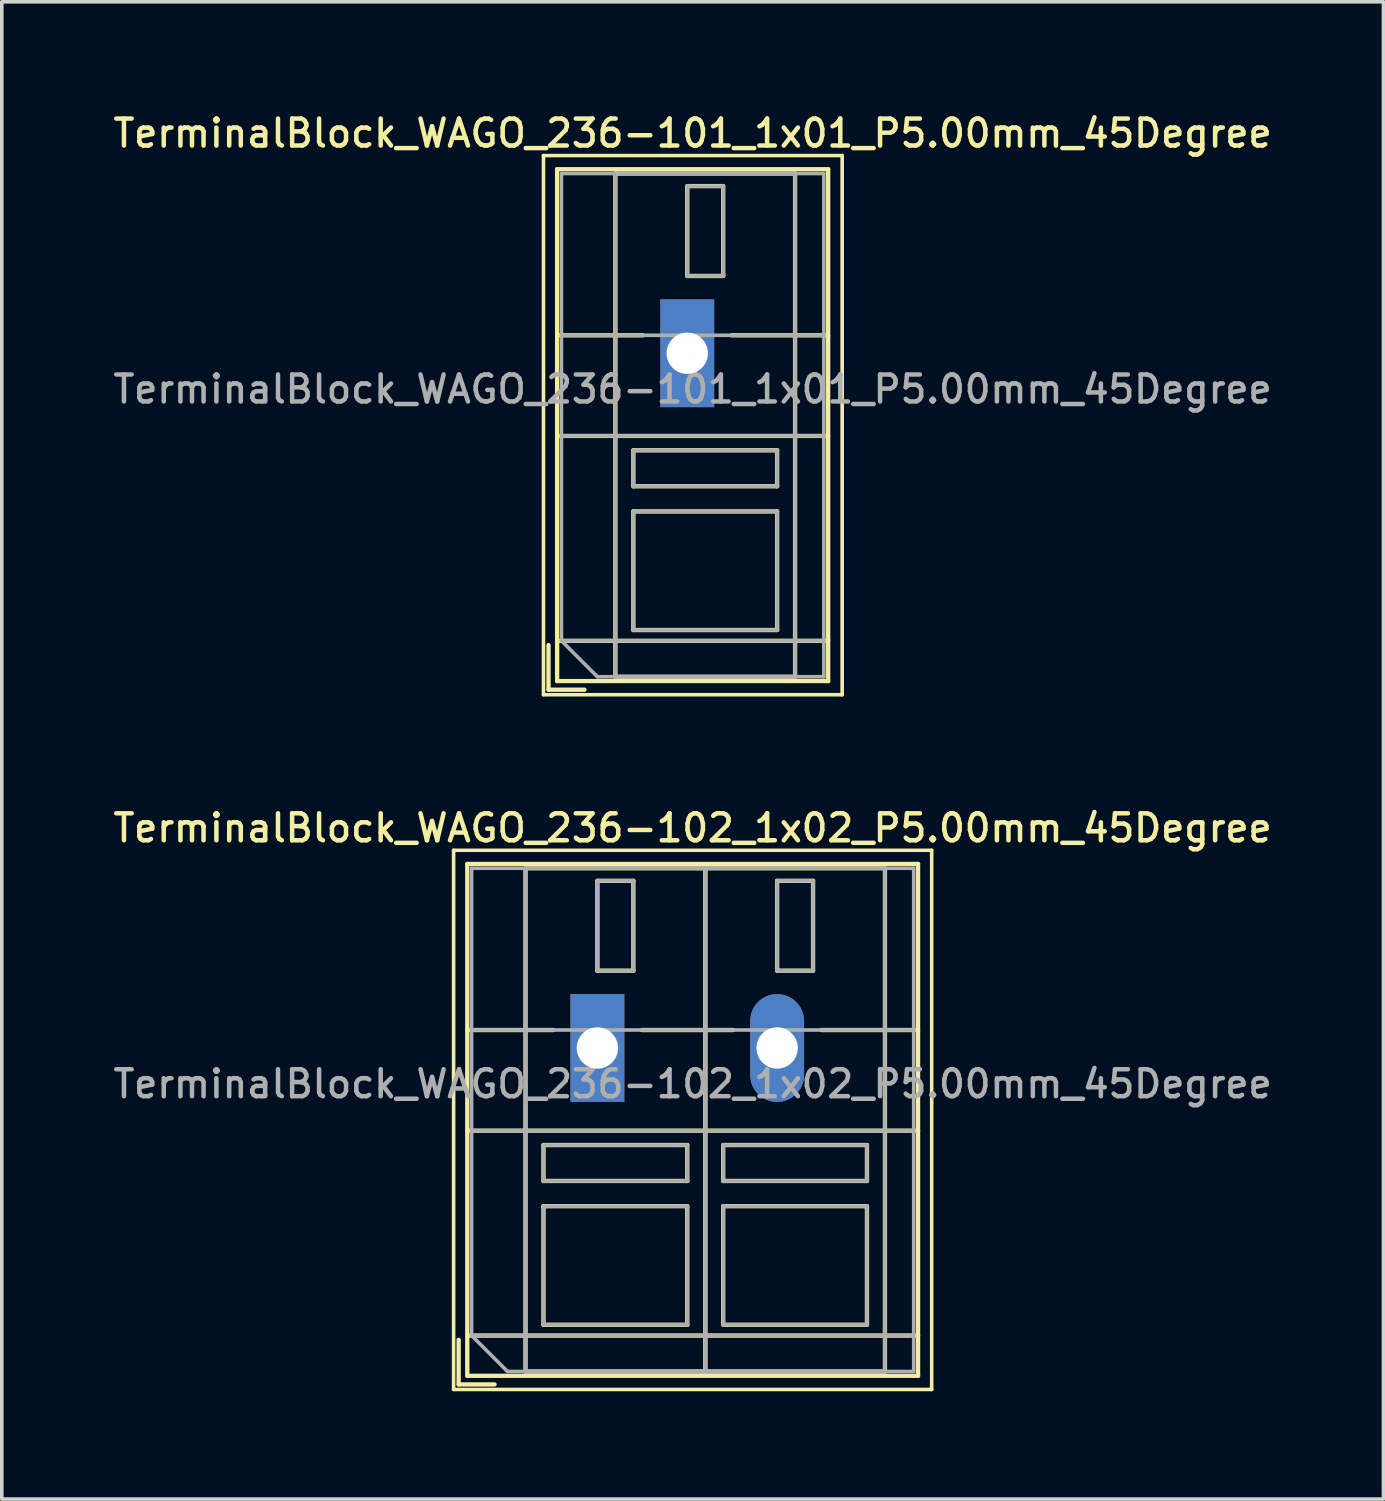
<source format=kicad_pcb>
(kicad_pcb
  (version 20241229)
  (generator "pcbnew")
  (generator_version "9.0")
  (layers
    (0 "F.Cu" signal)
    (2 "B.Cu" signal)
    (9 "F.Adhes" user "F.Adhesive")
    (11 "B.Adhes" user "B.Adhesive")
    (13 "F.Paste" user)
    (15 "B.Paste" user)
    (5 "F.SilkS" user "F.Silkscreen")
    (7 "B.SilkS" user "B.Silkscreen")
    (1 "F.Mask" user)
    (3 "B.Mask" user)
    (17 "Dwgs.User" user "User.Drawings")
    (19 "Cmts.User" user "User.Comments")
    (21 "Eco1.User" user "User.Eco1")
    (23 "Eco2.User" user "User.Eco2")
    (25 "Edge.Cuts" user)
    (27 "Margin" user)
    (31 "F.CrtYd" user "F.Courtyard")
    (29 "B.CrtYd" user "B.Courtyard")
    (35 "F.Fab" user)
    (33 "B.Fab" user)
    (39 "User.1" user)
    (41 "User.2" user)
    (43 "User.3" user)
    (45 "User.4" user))
  (footprint "TerminalBlock_WAGO_236-102_1x02_P5.00mm_45Degree"
    (layer "F.Cu")
    (at 13.57 26.106)
    (property "Reference" "TerminalBlock_WAGO_236-102_1x02_P5.00mm_45Degree" (at 2.65 -6.12 0) (layer "F.SilkS") (effects (font (size 0.75 0.75) (thickness 0.125))))
    (attr through_hole)
    (fp_line (start -4 -5.5) (end -4 9.5) (stroke (width 0.1) (type solid)) (layer "F.SilkS"))
    (fp_line (start -4 9.5) (end 9.3 9.5) (stroke (width 0.1) (type solid)) (layer "F.SilkS"))
    (fp_line (start -3.86 8.12) (end -3.86 9.36) (stroke (width 0.12) (type solid)) (layer "F.SilkS"))
    (fp_line (start -3.86 9.36) (end -2.86 9.36) (stroke (width 0.12) (type solid)) (layer "F.SilkS"))
    (fp_line (start -3.62 -5.12) (end -3.62 9.12) (stroke (width 0.12) (type solid)) (layer "F.SilkS"))
    (fp_line (start -3.62 -5.12) (end 8.921 -5.12) (stroke (width 0.12) (type solid)) (layer "F.SilkS"))
    (fp_line (start -3.62 -0.5) (end -1.23 -0.5) (stroke (width 0.12) (type solid)) (layer "F.SilkS"))
    (fp_line (start -3.62 2.3) (end 8.921 2.3) (stroke (width 0.12) (type solid)) (layer "F.SilkS"))
    (fp_line (start -3.62 8) (end 8.921 8) (stroke (width 0.12) (type solid)) (layer "F.SilkS"))
    (fp_line (start -3.62 9.12) (end 8.921 9.12) (stroke (width 0.12) (type solid)) (layer "F.SilkS"))
    (fp_line (start -2 -5) (end -2 9) (stroke (width 0.12) (type solid)) (layer "F.SilkS"))
    (fp_line (start -2 -5) (end 3 -5) (stroke (width 0.12) (type solid)) (layer "F.SilkS"))
    (fp_line (start -2 9) (end 3 9) (stroke (width 0.12) (type solid)) (layer "F.SilkS"))
    (fp_line (start -1.5 2.7) (end -1.5 3.7) (stroke (width 0.12) (type solid)) (layer "F.SilkS"))
    (fp_line (start -1.5 2.7) (end 2.5 2.7) (stroke (width 0.12) (type solid)) (layer "F.SilkS"))
    (fp_line (start -1.5 3.7) (end 2.5 3.7) (stroke (width 0.12) (type solid)) (layer "F.SilkS"))
    (fp_line (start -1.5 4.4) (end -1.5 7.7) (stroke (width 0.12) (type solid)) (layer "F.SilkS"))
    (fp_line (start -1.5 4.4) (end 2.5 4.4) (stroke (width 0.12) (type solid)) (layer "F.SilkS"))
    (fp_line (start -1.5 7.7) (end 2.5 7.7) (stroke (width 0.12) (type solid)) (layer "F.SilkS"))
    (fp_line (start 0 -4.65) (end 0 -2.151) (stroke (width 0.12) (type solid)) (layer "F.SilkS"))
    (fp_line (start 0 -4.65) (end 1 -4.65) (stroke (width 0.12) (type solid)) (layer "F.SilkS"))
    (fp_line (start 0 -2.151) (end 1 -2.151) (stroke (width 0.12) (type solid)) (layer "F.SilkS"))
    (fp_line (start 1 -4.65) (end 1 -2.151) (stroke (width 0.12) (type solid)) (layer "F.SilkS"))
    (fp_line (start 1.23 -0.5) (end 3.77 -0.5) (stroke (width 0.12) (type solid)) (layer "F.SilkS"))
    (fp_line (start 2.5 2.7) (end 2.5 3.7) (stroke (width 0.12) (type solid)) (layer "F.SilkS"))
    (fp_line (start 2.5 4.4) (end 2.5 7.7) (stroke (width 0.12) (type solid)) (layer "F.SilkS"))
    (fp_line (start 3 -5) (end 3 9) (stroke (width 0.12) (type solid)) (layer "F.SilkS"))
    (fp_line (start 3 -5) (end 3 9) (stroke (width 0.12) (type solid)) (layer "F.SilkS"))
    (fp_line (start 3 -5) (end 8 -5) (stroke (width 0.12) (type solid)) (layer "F.SilkS"))
    (fp_line (start 3 9) (end 8 9) (stroke (width 0.12) (type solid)) (layer "F.SilkS"))
    (fp_line (start 3.5 2.7) (end 3.5 3.7) (stroke (width 0.12) (type solid)) (layer "F.SilkS"))
    (fp_line (start 3.5 2.7) (end 7.5 2.7) (stroke (width 0.12) (type solid)) (layer "F.SilkS"))
    (fp_line (start 3.5 3.7) (end 7.5 3.7) (stroke (width 0.12) (type solid)) (layer "F.SilkS"))
    (fp_line (start 3.5 4.4) (end 3.5 7.7) (stroke (width 0.12) (type solid)) (layer "F.SilkS"))
    (fp_line (start 3.5 4.4) (end 7.5 4.4) (stroke (width 0.12) (type solid)) (layer "F.SilkS"))
    (fp_line (start 3.5 7.7) (end 7.5 7.7) (stroke (width 0.12) (type solid)) (layer "F.SilkS"))
    (fp_line (start 5 -4.65) (end 5 -2.151) (stroke (width 0.12) (type solid)) (layer "F.SilkS"))
    (fp_line (start 5 -4.65) (end 6 -4.65) (stroke (width 0.12) (type solid)) (layer "F.SilkS"))
    (fp_line (start 5 -2.151) (end 6 -2.151) (stroke (width 0.12) (type solid)) (layer "F.SilkS"))
    (fp_line (start 6 -4.65) (end 6 -2.151) (stroke (width 0.12) (type solid)) (layer "F.SilkS"))
    (fp_line (start 6.23 -0.5) (end 8.921 -0.5) (stroke (width 0.12) (type solid)) (layer "F.SilkS"))
    (fp_line (start 7.5 2.7) (end 7.5 3.7) (stroke (width 0.12) (type solid)) (layer "F.SilkS"))
    (fp_line (start 7.5 4.4) (end 7.5 7.7) (stroke (width 0.12) (type solid)) (layer "F.SilkS"))
    (fp_line (start 8 -5) (end 8 9) (stroke (width 0.12) (type solid)) (layer "F.SilkS"))
    (fp_line (start 8.921 -5.12) (end 8.921 9.12) (stroke (width 0.12) (type solid)) (layer "F.SilkS"))
    (fp_line (start 9.3 -5.5) (end -4 -5.5) (stroke (width 0.1) (type solid)) (layer "F.SilkS"))
    (fp_line (start 9.3 9.5) (end 9.3 -5.5) (stroke (width 0.1) (type solid)) (layer "F.SilkS"))
    (fp_line (start -3.5 -5) (end 8.8 -5) (stroke (width 0.1) (type solid)) (layer "F.Fab"))
    (fp_line (start -3.5 -0.5) (end 8.8 -0.5) (stroke (width 0.1) (type solid)) (layer "F.Fab"))
    (fp_line (start -3.5 2.3) (end 8.8 2.3) (stroke (width 0.1) (type solid)) (layer "F.Fab"))
    (fp_line (start -3.5 8) (end -3.5 -5) (stroke (width 0.1) (type solid)) (layer "F.Fab"))
    (fp_line (start -3.5 8) (end 8.8 8) (stroke (width 0.1) (type solid)) (layer "F.Fab"))
    (fp_line (start -2.5 9) (end -3.5 8) (stroke (width 0.1) (type solid)) (layer "F.Fab"))
    (fp_line (start -2 -5) (end -2 9) (stroke (width 0.1) (type solid)) (layer "F.Fab"))
    (fp_line (start -2 9) (end 3 9) (stroke (width 0.1) (type solid)) (layer "F.Fab"))
    (fp_line (start -1.5 2.7) (end -1.5 3.7) (stroke (width 0.1) (type solid)) (layer "F.Fab"))
    (fp_line (start -1.5 3.7) (end 2.5 3.7) (stroke (width 0.1) (type solid)) (layer "F.Fab"))
    (fp_line (start -1.5 4.4) (end -1.5 7.7) (stroke (width 0.1) (type solid)) (layer "F.Fab"))
    (fp_line (start -1.5 7.7) (end 2.5 7.7) (stroke (width 0.1) (type solid)) (layer "F.Fab"))
    (fp_line (start 0 -4.65) (end 0 -2.15) (stroke (width 0.1) (type solid)) (layer "F.Fab"))
    (fp_line (start 0 -2.15) (end 1 -2.15) (stroke (width 0.1) (type solid)) (layer "F.Fab"))
    (fp_line (start 1 -4.65) (end 0 -4.65) (stroke (width 0.1) (type solid)) (layer "F.Fab"))
    (fp_line (start 1 -2.15) (end 1 -4.65) (stroke (width 0.1) (type solid)) (layer "F.Fab"))
    (fp_line (start 2.5 2.7) (end -1.5 2.7) (stroke (width 0.1) (type solid)) (layer "F.Fab"))
    (fp_line (start 2.5 3.7) (end 2.5 2.7) (stroke (width 0.1) (type solid)) (layer "F.Fab"))
    (fp_line (start 2.5 4.4) (end -1.5 4.4) (stroke (width 0.1) (type solid)) (layer "F.Fab"))
    (fp_line (start 2.5 7.7) (end 2.5 4.4) (stroke (width 0.1) (type solid)) (layer "F.Fab"))
    (fp_line (start 3 -5) (end -2 -5) (stroke (width 0.1) (type solid)) (layer "F.Fab"))
    (fp_line (start 3 -5) (end 3 9) (stroke (width 0.1) (type solid)) (layer "F.Fab"))
    (fp_line (start 3 9) (end 3 -5) (stroke (width 0.1) (type solid)) (layer "F.Fab"))
    (fp_line (start 3 9) (end 8 9) (stroke (width 0.1) (type solid)) (layer "F.Fab"))
    (fp_line (start 3.5 2.7) (end 3.5 3.7) (stroke (width 0.1) (type solid)) (layer "F.Fab"))
    (fp_line (start 3.5 3.7) (end 7.5 3.7) (stroke (width 0.1) (type solid)) (layer "F.Fab"))
    (fp_line (start 3.5 4.4) (end 3.5 7.7) (stroke (width 0.1) (type solid)) (layer "F.Fab"))
    (fp_line (start 3.5 7.7) (end 7.5 7.7) (stroke (width 0.1) (type solid)) (layer "F.Fab"))
    (fp_line (start 5 -4.65) (end 5 -2.15) (stroke (width 0.1) (type solid)) (layer "F.Fab"))
    (fp_line (start 5 -2.15) (end 6 -2.15) (stroke (width 0.1) (type solid)) (layer "F.Fab"))
    (fp_line (start 6 -4.65) (end 5 -4.65) (stroke (width 0.1) (type solid)) (layer "F.Fab"))
    (fp_line (start 6 -2.15) (end 6 -4.65) (stroke (width 0.1) (type solid)) (layer "F.Fab"))
    (fp_line (start 7.5 2.7) (end 3.5 2.7) (stroke (width 0.1) (type solid)) (layer "F.Fab"))
    (fp_line (start 7.5 3.7) (end 7.5 2.7) (stroke (width 0.1) (type solid)) (layer "F.Fab"))
    (fp_line (start 7.5 4.4) (end 3.5 4.4) (stroke (width 0.1) (type solid)) (layer "F.Fab"))
    (fp_line (start 7.5 7.7) (end 7.5 4.4) (stroke (width 0.1) (type solid)) (layer "F.Fab"))
    (fp_line (start 8 -5) (end 3 -5) (stroke (width 0.1) (type solid)) (layer "F.Fab"))
    (fp_line (start 8 9) (end 8 -5) (stroke (width 0.1) (type solid)) (layer "F.Fab"))
    (fp_line (start 8.8 -5) (end 8.8 9) (stroke (width 0.1) (type solid)) (layer "F.Fab"))
    (fp_line (start 8.8 9) (end -2.5 9) (stroke (width 0.1) (type solid)) (layer "F.Fab"))
    (fp_text user "${REFERENCE}" (at 2.65 1 0) (layer "F.Fab") (effects (font (size 0.75 0.75) (thickness 0.125))))
    (pad "1" thru_hole rect (at 0 0) (size 1.5 3) (drill 1.15) (layers "*.Cu" "*.Mask"))
    (pad "2" thru_hole oval (at 5 0) (size 1.5 3) (drill 1.15) (layers "*.Cu" "*.Mask")))
  (footprint "TerminalBlock_WAGO_236-101_1x01_P5.00mm_45Degree"
    (layer "F.Cu")
    (at 16.07 6.778)
    (property "Reference" "TerminalBlock_WAGO_236-101_1x01_P5.00mm_45Degree" (at 0.15 -6.12 0) (layer "F.SilkS") (effects (font (size 0.75 0.75) (thickness 0.125))))
    (attr through_hole)
    (fp_line (start -4 -5.5) (end -4 9.5) (stroke (width 0.1) (type solid)) (layer "F.SilkS"))
    (fp_line (start -4 9.5) (end 4.31 9.5) (stroke (width 0.1) (type solid)) (layer "F.SilkS"))
    (fp_line (start -3.86 8.12) (end -3.86 9.36) (stroke (width 0.12) (type solid)) (layer "F.SilkS"))
    (fp_line (start -3.86 9.36) (end -2.86 9.36) (stroke (width 0.12) (type solid)) (layer "F.SilkS"))
    (fp_line (start -3.62 -5.12) (end -3.62 9.12) (stroke (width 0.12) (type solid)) (layer "F.SilkS"))
    (fp_line (start -3.62 -5.12) (end 3.92 -5.12) (stroke (width 0.12) (type solid)) (layer "F.SilkS"))
    (fp_line (start -3.62 -0.5) (end -1.23 -0.5) (stroke (width 0.12) (type solid)) (layer "F.SilkS"))
    (fp_line (start -3.62 2.3) (end 3.92 2.3) (stroke (width 0.12) (type solid)) (layer "F.SilkS"))
    (fp_line (start -3.62 8) (end 3.92 8) (stroke (width 0.12) (type solid)) (layer "F.SilkS"))
    (fp_line (start -3.62 9.12) (end 3.92 9.12) (stroke (width 0.12) (type solid)) (layer "F.SilkS"))
    (fp_line (start -2 -5) (end -2 9) (stroke (width 0.12) (type solid)) (layer "F.SilkS"))
    (fp_line (start -2 -5) (end 3 -5) (stroke (width 0.12) (type solid)) (layer "F.SilkS"))
    (fp_line (start -2 9) (end 3 9) (stroke (width 0.12) (type solid)) (layer "F.SilkS"))
    (fp_line (start -1.5 2.7) (end -1.5 3.7) (stroke (width 0.12) (type solid)) (layer "F.SilkS"))
    (fp_line (start -1.5 2.7) (end 2.5 2.7) (stroke (width 0.12) (type solid)) (layer "F.SilkS"))
    (fp_line (start -1.5 3.7) (end 2.5 3.7) (stroke (width 0.12) (type solid)) (layer "F.SilkS"))
    (fp_line (start -1.5 4.4) (end -1.5 7.7) (stroke (width 0.12) (type solid)) (layer "F.SilkS"))
    (fp_line (start -1.5 4.4) (end 2.5 4.4) (stroke (width 0.12) (type solid)) (layer "F.SilkS"))
    (fp_line (start -1.5 7.7) (end 2.5 7.7) (stroke (width 0.12) (type solid)) (layer "F.SilkS"))
    (fp_line (start 0 -4.65) (end 0 -2.151) (stroke (width 0.12) (type solid)) (layer "F.SilkS"))
    (fp_line (start 0 -4.65) (end 1 -4.65) (stroke (width 0.12) (type solid)) (layer "F.SilkS"))
    (fp_line (start 0 -2.151) (end 1 -2.151) (stroke (width 0.12) (type solid)) (layer "F.SilkS"))
    (fp_line (start 1 -4.65) (end 1 -2.151) (stroke (width 0.12) (type solid)) (layer "F.SilkS"))
    (fp_line (start 1.23 -0.5) (end 3.92 -0.5) (stroke (width 0.12) (type solid)) (layer "F.SilkS"))
    (fp_line (start 2.5 2.7) (end 2.5 3.7) (stroke (width 0.12) (type solid)) (layer "F.SilkS"))
    (fp_line (start 2.5 4.4) (end 2.5 7.7) (stroke (width 0.12) (type solid)) (layer "F.SilkS"))
    (fp_line (start 3 -5) (end 3 9) (stroke (width 0.12) (type solid)) (layer "F.SilkS"))
    (fp_line (start 3.92 -5.12) (end 3.92 9.12) (stroke (width 0.12) (type solid)) (layer "F.SilkS"))
    (fp_line (start 4.31 -5.5) (end -4 -5.5) (stroke (width 0.1) (type solid)) (layer "F.SilkS"))
    (fp_line (start 4.31 9.5) (end 4.31 -5.5) (stroke (width 0.1) (type solid)) (layer "F.SilkS"))
    (fp_line (start -3.5 -5) (end 3.8 -5) (stroke (width 0.1) (type solid)) (layer "F.Fab"))
    (fp_line (start -3.5 -0.5) (end 3.8 -0.5) (stroke (width 0.1) (type solid)) (layer "F.Fab"))
    (fp_line (start -3.5 2.3) (end 3.8 2.3) (stroke (width 0.1) (type solid)) (layer "F.Fab"))
    (fp_line (start -3.5 8) (end -3.5 -5) (stroke (width 0.1) (type solid)) (layer "F.Fab"))
    (fp_line (start -3.5 8) (end 3.8 8) (stroke (width 0.1) (type solid)) (layer "F.Fab"))
    (fp_line (start -2.5 9) (end -3.5 8) (stroke (width 0.1) (type solid)) (layer "F.Fab"))
    (fp_line (start -2 -5) (end -2 9) (stroke (width 0.1) (type solid)) (layer "F.Fab"))
    (fp_line (start -2 9) (end 3 9) (stroke (width 0.1) (type solid)) (layer "F.Fab"))
    (fp_line (start -1.5 2.7) (end -1.5 3.7) (stroke (width 0.1) (type solid)) (layer "F.Fab"))
    (fp_line (start -1.5 3.7) (end 2.5 3.7) (stroke (width 0.1) (type solid)) (layer "F.Fab"))
    (fp_line (start -1.5 4.4) (end -1.5 7.7) (stroke (width 0.1) (type solid)) (layer "F.Fab"))
    (fp_line (start -1.5 7.7) (end 2.5 7.7) (stroke (width 0.1) (type solid)) (layer "F.Fab"))
    (fp_line (start 0 -4.65) (end 0 -2.15) (stroke (width 0.1) (type solid)) (layer "F.Fab"))
    (fp_line (start 0 -2.15) (end 1 -2.15) (stroke (width 0.1) (type solid)) (layer "F.Fab"))
    (fp_line (start 1 -4.65) (end 0 -4.65) (stroke (width 0.1) (type solid)) (layer "F.Fab"))
    (fp_line (start 1 -2.15) (end 1 -4.65) (stroke (width 0.1) (type solid)) (layer "F.Fab"))
    (fp_line (start 2.5 2.7) (end -1.5 2.7) (stroke (width 0.1) (type solid)) (layer "F.Fab"))
    (fp_line (start 2.5 3.7) (end 2.5 2.7) (stroke (width 0.1) (type solid)) (layer "F.Fab"))
    (fp_line (start 2.5 4.4) (end -1.5 4.4) (stroke (width 0.1) (type solid)) (layer "F.Fab"))
    (fp_line (start 2.5 7.7) (end 2.5 4.4) (stroke (width 0.1) (type solid)) (layer "F.Fab"))
    (fp_line (start 3 -5) (end -2 -5) (stroke (width 0.1) (type solid)) (layer "F.Fab"))
    (fp_line (start 3 9) (end 3 -5) (stroke (width 0.1) (type solid)) (layer "F.Fab"))
    (fp_line (start 3.8 -5) (end 3.8 9) (stroke (width 0.1) (type solid)) (layer "F.Fab"))
    (fp_line (start 3.8 9) (end -2.5 9) (stroke (width 0.1) (type solid)) (layer "F.Fab"))
    (fp_text user "${REFERENCE}" (at 0.15 1 0) (layer "F.Fab") (effects (font (size 0.75 0.75) (thickness 0.125))))
    (pad "1" thru_hole rect (at 0 0) (size 1.5 3) (drill 1.15) (layers "*.Cu" "*.Mask")))
  (gr_rect
    (start -3 -3)
    (end 35.439 38.656)
    (stroke (width 0.1) (type default))
    (fill no)
    (layer "Edge.Cuts")))
</source>
